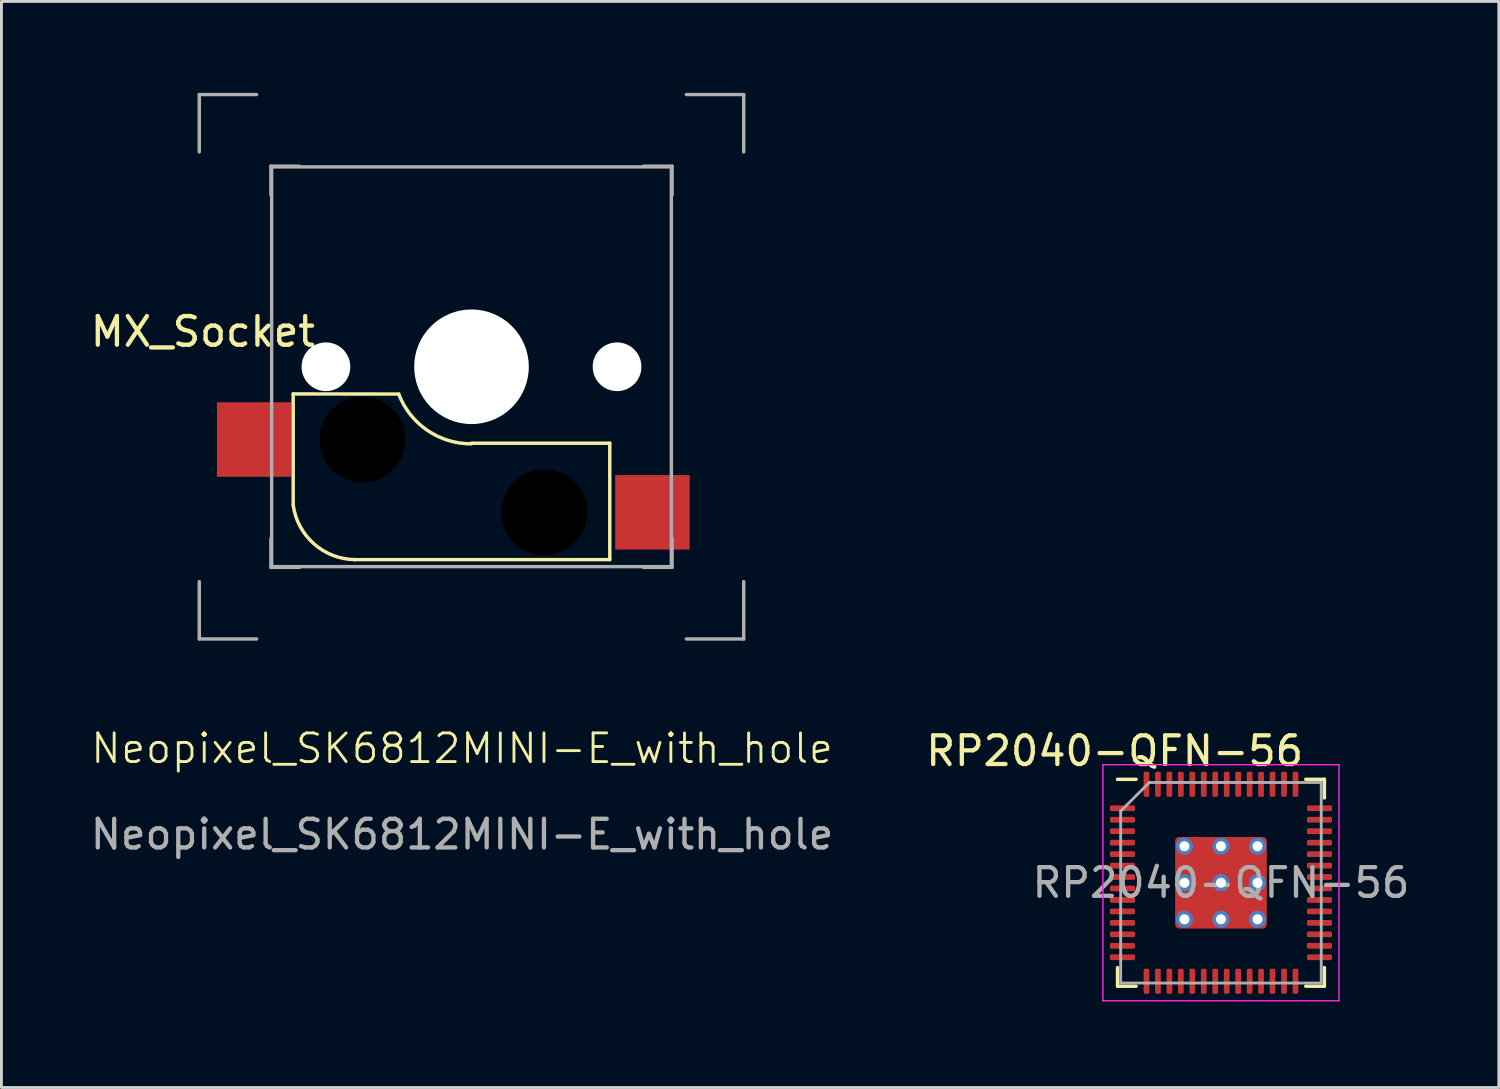
<source format=kicad_pcb>
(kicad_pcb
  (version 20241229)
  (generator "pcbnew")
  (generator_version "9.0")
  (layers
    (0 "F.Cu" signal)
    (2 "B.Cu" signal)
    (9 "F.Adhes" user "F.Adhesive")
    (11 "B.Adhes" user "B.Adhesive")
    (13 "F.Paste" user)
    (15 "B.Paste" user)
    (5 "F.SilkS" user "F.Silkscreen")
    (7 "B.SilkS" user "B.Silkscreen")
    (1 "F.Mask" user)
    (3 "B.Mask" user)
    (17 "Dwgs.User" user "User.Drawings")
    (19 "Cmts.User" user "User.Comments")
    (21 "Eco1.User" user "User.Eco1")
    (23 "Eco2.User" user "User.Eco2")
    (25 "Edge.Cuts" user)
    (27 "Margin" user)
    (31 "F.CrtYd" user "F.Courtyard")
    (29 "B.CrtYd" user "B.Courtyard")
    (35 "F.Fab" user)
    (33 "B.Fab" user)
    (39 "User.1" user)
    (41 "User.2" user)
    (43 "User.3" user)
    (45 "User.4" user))
  (footprint "Neopixel_SK6812MINI-E_with_hole"
    (layer "F.Cu")
    (at 13.077 23.57)
    (property "Reference" "Neopixel_SK6812MINI-E_with_hole" (at 0 -0.5 0) (unlocked yes) (layer "F.SilkS") (effects (font (size 1 1) (thickness 0.1))))
    (attr smd)
    (fp_text user "${REFERENCE}" (at 0 2.5 0) (unlocked yes) (layer "F.Fab") (effects (font (size 1 1) (thickness 0.15)))))
  (footprint "RP2040-QFN-56"
    (layer "F.Cu")
    (at 39.561 27.758)
    (property "Reference" "RP2040-QFN-56" (at -3.71 -4.6 0) (layer "F.SilkS") (effects (font (size 1 1) (thickness 0.15))))
    (attr smd)
    (fp_line (start -3.61 3.61) (end -3.61 2.96) (stroke (width 0.12) (type solid)) (layer "F.SilkS"))
    (fp_line (start -2.96 -3.61) (end -3.61 -3.61) (stroke (width 0.12) (type solid)) (layer "F.SilkS"))
    (fp_line (start -2.96 3.61) (end -3.61 3.61) (stroke (width 0.12) (type solid)) (layer "F.SilkS"))
    (fp_line (start 2.96 -3.61) (end 3.61 -3.61) (stroke (width 0.12) (type solid)) (layer "F.SilkS"))
    (fp_line (start 2.96 3.61) (end 3.61 3.61) (stroke (width 0.12) (type solid)) (layer "F.SilkS"))
    (fp_line (start 3.61 -3.61) (end 3.61 -2.96) (stroke (width 0.12) (type solid)) (layer "F.SilkS"))
    (fp_line (start 3.61 3.61) (end 3.61 2.96) (stroke (width 0.12) (type solid)) (layer "F.SilkS"))
    (fp_line (start -4.12 -4.12) (end -4.12 4.12) (stroke (width 0.05) (type solid)) (layer "F.CrtYd"))
    (fp_line (start -4.12 4.12) (end 4.12 4.12) (stroke (width 0.05) (type solid)) (layer "F.CrtYd"))
    (fp_line (start 4.12 -4.12) (end -4.12 -4.12) (stroke (width 0.05) (type solid)) (layer "F.CrtYd"))
    (fp_line (start 4.12 4.12) (end 4.12 -4.12) (stroke (width 0.05) (type solid)) (layer "F.CrtYd"))
    (fp_line (start -3.5 -2.5) (end -2.5 -3.5) (stroke (width 0.1) (type solid)) (layer "F.Fab"))
    (fp_line (start -3.5 3.5) (end -3.5 -2.5) (stroke (width 0.1) (type solid)) (layer "F.Fab"))
    (fp_line (start -2.5 -3.5) (end 3.5 -3.5) (stroke (width 0.1) (type solid)) (layer "F.Fab"))
    (fp_line (start 3.5 -3.5) (end 3.5 3.5) (stroke (width 0.1) (type solid)) (layer "F.Fab"))
    (fp_line (start 3.5 3.5) (end -3.5 3.5) (stroke (width 0.1) (type solid)) (layer "F.Fab"))
    (fp_text user "${REFERENCE}" (at 0 0 0) (layer "F.Fab") (effects (font (size 1 1) (thickness 0.15))))
    (pad "" smd roundrect (at -0.637 -0.637) (size 1.084 1.084) (layers "F.Paste") (roundrect_rratio 0.231))
    (pad "" smd roundrect (at -0.637 0.637) (size 1.084 1.084) (layers "F.Paste") (roundrect_rratio 0.231))
    (pad "" smd roundrect (at 0.637 -0.637) (size 1.084 1.084) (layers "F.Paste") (roundrect_rratio 0.231))
    (pad "" smd roundrect (at 0.637 0.637) (size 1.084 1.084) (layers "F.Paste") (roundrect_rratio 0.231))
    (pad "1" smd roundrect (at -3.438 -2.6) (size 0.875 0.2) (layers "F.Cu" "F.Mask" "F.Paste") (roundrect_rratio 0.25))
    (pad "2" smd roundrect (at -3.438 -2.2) (size 0.875 0.2) (layers "F.Cu" "F.Mask" "F.Paste") (roundrect_rratio 0.25))
    (pad "3" smd roundrect (at -3.438 -1.8) (size 0.875 0.2) (layers "F.Cu" "F.Mask" "F.Paste") (roundrect_rratio 0.25))
    (pad "4" smd roundrect (at -3.438 -1.4) (size 0.875 0.2) (layers "F.Cu" "F.Mask" "F.Paste") (roundrect_rratio 0.25))
    (pad "5" smd roundrect (at -3.438 -1) (size 0.875 0.2) (layers "F.Cu" "F.Mask" "F.Paste") (roundrect_rratio 0.25))
    (pad "6" smd roundrect (at -3.438 -0.6) (size 0.875 0.2) (layers "F.Cu" "F.Mask" "F.Paste") (roundrect_rratio 0.25))
    (pad "7" smd roundrect (at -3.438 -0.2) (size 0.875 0.2) (layers "F.Cu" "F.Mask" "F.Paste") (roundrect_rratio 0.25))
    (pad "8" smd roundrect (at -3.438 0.2) (size 0.875 0.2) (layers "F.Cu" "F.Mask" "F.Paste") (roundrect_rratio 0.25))
    (pad "9" smd roundrect (at -3.438 0.6) (size 0.875 0.2) (layers "F.Cu" "F.Mask" "F.Paste") (roundrect_rratio 0.25))
    (pad "10" smd roundrect (at -3.438 1) (size 0.875 0.2) (layers "F.Cu" "F.Mask" "F.Paste") (roundrect_rratio 0.25))
    (pad "11" smd roundrect (at -3.438 1.4) (size 0.875 0.2) (layers "F.Cu" "F.Mask" "F.Paste") (roundrect_rratio 0.25))
    (pad "12" smd roundrect (at -3.438 1.8) (size 0.875 0.2) (layers "F.Cu" "F.Mask" "F.Paste") (roundrect_rratio 0.25))
    (pad "13" smd roundrect (at -3.438 2.2) (size 0.875 0.2) (layers "F.Cu" "F.Mask" "F.Paste") (roundrect_rratio 0.25))
    (pad "14" smd roundrect (at -3.438 2.6) (size 0.875 0.2) (layers "F.Cu" "F.Mask" "F.Paste") (roundrect_rratio 0.25))
    (pad "15" smd roundrect (at -2.6 3.438) (size 0.2 0.875) (layers "F.Cu" "F.Mask" "F.Paste") (roundrect_rratio 0.25))
    (pad "16" smd roundrect (at -2.2 3.438) (size 0.2 0.875) (layers "F.Cu" "F.Mask" "F.Paste") (roundrect_rratio 0.25))
    (pad "17" smd roundrect (at -1.8 3.438) (size 0.2 0.875) (layers "F.Cu" "F.Mask" "F.Paste") (roundrect_rratio 0.25))
    (pad "18" smd roundrect (at -1.4 3.438) (size 0.2 0.875) (layers "F.Cu" "F.Mask" "F.Paste") (roundrect_rratio 0.25))
    (pad "19" smd roundrect (at -1 3.438) (size 0.2 0.875) (layers "F.Cu" "F.Mask" "F.Paste") (roundrect_rratio 0.25))
    (pad "20" smd roundrect (at -0.6 3.438) (size 0.2 0.875) (layers "F.Cu" "F.Mask" "F.Paste") (roundrect_rratio 0.25))
    (pad "21" smd roundrect (at -0.2 3.438) (size 0.2 0.875) (layers "F.Cu" "F.Mask" "F.Paste") (roundrect_rratio 0.25))
    (pad "22" smd roundrect (at 0.2 3.438) (size 0.2 0.875) (layers "F.Cu" "F.Mask" "F.Paste") (roundrect_rratio 0.25))
    (pad "23" smd roundrect (at 0.6 3.438) (size 0.2 0.875) (layers "F.Cu" "F.Mask" "F.Paste") (roundrect_rratio 0.25))
    (pad "24" smd roundrect (at 1 3.438) (size 0.2 0.875) (layers "F.Cu" "F.Mask" "F.Paste") (roundrect_rratio 0.25))
    (pad "25" smd roundrect (at 1.4 3.438) (size 0.2 0.875) (layers "F.Cu" "F.Mask" "F.Paste") (roundrect_rratio 0.25))
    (pad "26" smd roundrect (at 1.8 3.438) (size 0.2 0.875) (layers "F.Cu" "F.Mask" "F.Paste") (roundrect_rratio 0.25))
    (pad "27" smd roundrect (at 2.2 3.438) (size 0.2 0.875) (layers "F.Cu" "F.Mask" "F.Paste") (roundrect_rratio 0.25))
    (pad "28" smd roundrect (at 2.6 3.438) (size 0.2 0.875) (layers "F.Cu" "F.Mask" "F.Paste") (roundrect_rratio 0.25))
    (pad "29" smd roundrect (at 3.438 2.6) (size 0.875 0.2) (layers "F.Cu" "F.Mask" "F.Paste") (roundrect_rratio 0.25))
    (pad "30" smd roundrect (at 3.438 2.2) (size 0.875 0.2) (layers "F.Cu" "F.Mask" "F.Paste") (roundrect_rratio 0.25))
    (pad "31" smd roundrect (at 3.438 1.8) (size 0.875 0.2) (layers "F.Cu" "F.Mask" "F.Paste") (roundrect_rratio 0.25))
    (pad "32" smd roundrect (at 3.438 1.4) (size 0.875 0.2) (layers "F.Cu" "F.Mask" "F.Paste") (roundrect_rratio 0.25))
    (pad "33" smd roundrect (at 3.438 1) (size 0.875 0.2) (layers "F.Cu" "F.Mask" "F.Paste") (roundrect_rratio 0.25))
    (pad "34" smd roundrect (at 3.438 0.6) (size 0.875 0.2) (layers "F.Cu" "F.Mask" "F.Paste") (roundrect_rratio 0.25))
    (pad "35" smd roundrect (at 3.438 0.2) (size 0.875 0.2) (layers "F.Cu" "F.Mask" "F.Paste") (roundrect_rratio 0.25))
    (pad "36" smd roundrect (at 3.438 -0.2) (size 0.875 0.2) (layers "F.Cu" "F.Mask" "F.Paste") (roundrect_rratio 0.25))
    (pad "37" smd roundrect (at 3.438 -0.6) (size 0.875 0.2) (layers "F.Cu" "F.Mask" "F.Paste") (roundrect_rratio 0.25))
    (pad "38" smd roundrect (at 3.438 -1) (size 0.875 0.2) (layers "F.Cu" "F.Mask" "F.Paste") (roundrect_rratio 0.25))
    (pad "39" smd roundrect (at 3.438 -1.4) (size 0.875 0.2) (layers "F.Cu" "F.Mask" "F.Paste") (roundrect_rratio 0.25))
    (pad "40" smd roundrect (at 3.438 -1.8) (size 0.875 0.2) (layers "F.Cu" "F.Mask" "F.Paste") (roundrect_rratio 0.25))
    (pad "41" smd roundrect (at 3.438 -2.2) (size 0.875 0.2) (layers "F.Cu" "F.Mask" "F.Paste") (roundrect_rratio 0.25))
    (pad "42" smd roundrect (at 3.438 -2.6) (size 0.875 0.2) (layers "F.Cu" "F.Mask" "F.Paste") (roundrect_rratio 0.25))
    (pad "43" smd roundrect (at 2.6 -3.438) (size 0.2 0.875) (layers "F.Cu" "F.Mask" "F.Paste") (roundrect_rratio 0.25))
    (pad "44" smd roundrect (at 2.2 -3.438) (size 0.2 0.875) (layers "F.Cu" "F.Mask" "F.Paste") (roundrect_rratio 0.25))
    (pad "45" smd roundrect (at 1.8 -3.438) (size 0.2 0.875) (layers "F.Cu" "F.Mask" "F.Paste") (roundrect_rratio 0.25))
    (pad "46" smd roundrect (at 1.4 -3.438) (size 0.2 0.875) (layers "F.Cu" "F.Mask" "F.Paste") (roundrect_rratio 0.25))
    (pad "47" smd roundrect (at 1 -3.438) (size 0.2 0.875) (layers "F.Cu" "F.Mask" "F.Paste") (roundrect_rratio 0.25))
    (pad "48" smd roundrect (at 0.6 -3.438) (size 0.2 0.875) (layers "F.Cu" "F.Mask" "F.Paste") (roundrect_rratio 0.25))
    (pad "49" smd roundrect (at 0.2 -3.438) (size 0.2 0.875) (layers "F.Cu" "F.Mask" "F.Paste") (roundrect_rratio 0.25))
    (pad "50" smd roundrect (at -0.2 -3.438) (size 0.2 0.875) (layers "F.Cu" "F.Mask" "F.Paste") (roundrect_rratio 0.25))
    (pad "51" smd roundrect (at -0.6 -3.438) (size 0.2 0.875) (layers "F.Cu" "F.Mask" "F.Paste") (roundrect_rratio 0.25))
    (pad "52" smd roundrect (at -1 -3.438) (size 0.2 0.875) (layers "F.Cu" "F.Mask" "F.Paste") (roundrect_rratio 0.25))
    (pad "53" smd roundrect (at -1.4 -3.438) (size 0.2 0.875) (layers "F.Cu" "F.Mask" "F.Paste") (roundrect_rratio 0.25))
    (pad "54" smd roundrect (at -1.8 -3.438) (size 0.2 0.875) (layers "F.Cu" "F.Mask" "F.Paste") (roundrect_rratio 0.25))
    (pad "55" smd roundrect (at -2.2 -3.438) (size 0.2 0.875) (layers "F.Cu" "F.Mask" "F.Paste") (roundrect_rratio 0.25))
    (pad "56" smd roundrect (at -2.6 -3.438) (size 0.2 0.875) (layers "F.Cu" "F.Mask" "F.Paste") (roundrect_rratio 0.25))
    (pad "57" thru_hole circle (at -1.275 -1.275) (size 0.6 0.6) (drill 0.35) (layers "*.Cu"))
    (pad "57" thru_hole circle (at -1.275 0) (size 0.6 0.6) (drill 0.35) (layers "*.Cu"))
    (pad "57" thru_hole circle (at -1.275 1.275) (size 0.6 0.6) (drill 0.35) (layers "*.Cu"))
    (pad "57" thru_hole circle (at 0 -1.275) (size 0.6 0.6) (drill 0.35) (layers "*.Cu"))
    (pad "57" thru_hole circle (at 0 0) (size 0.6 0.6) (drill 0.35) (layers "*.Cu"))
    (pad "57" smd roundrect (at 0 0) (size 3.2 3.2) (layers "F.Cu" "F.Mask") (roundrect_rratio 0.045))
    (pad "57" thru_hole circle (at 0 1.275) (size 0.6 0.6) (drill 0.35) (layers "*.Cu"))
    (pad "57" thru_hole circle (at 1.275 -1.275) (size 0.6 0.6) (drill 0.35) (layers "*.Cu"))
    (pad "57" thru_hole circle (at 1.275 0) (size 0.6 0.6) (drill 0.35) (layers "*.Cu"))
    (pad "57" thru_hole circle (at 1.275 1.275) (size 0.6 0.6) (drill 0.35) (layers "*.Cu")))
  (footprint "MX_Socket"
    (layer "F.Cu")
    (at 3.905 0.25)
    (property "Reference" "MX_Socket" (at 0.125 8.275 0) (layer "F.SilkS") (effects (font (size 1 1) (thickness 0.15))))
    (attr through_hole)
    (fp_line (start 3.277 10.448) (end 3.277 14.326) (stroke (width 0.12) (type solid)) (layer "F.SilkS"))
    (fp_line (start 3.277 10.448) (end 6.96 10.452) (stroke (width 0.12) (type solid)) (layer "F.SilkS"))
    (fp_line (start 9.5 12.167) (end 14.326 12.167) (stroke (width 0.12) (type solid)) (layer "F.SilkS"))
    (fp_line (start 14.326 12.167) (end 14.326 16.231) (stroke (width 0.12) (type solid)) (layer "F.SilkS"))
    (fp_line (start 14.326 16.231) (end 5.436 16.231) (stroke (width 0.12) (type solid)) (layer "F.SilkS"))
    (fp_arc (start 5.436 16.231) (mid 4.002295 15.679932) (end 3.277 14.326) (stroke (width 0.12) (type solid)) (layer "F.SilkS"))
    (fp_arc (start 9.500154 12.188758) (mid 7.958194 11.717954) (end 6.96 10.451896) (stroke (width 0.12) (type solid)) (layer "F.SilkS"))
    (fp_line (start 0 0) (end 0 2) (stroke (width 0.12) (type solid)) (layer "F.Fab"))
    (fp_line (start 0 0) (end 2 0) (stroke (width 0.12) (type solid)) (layer "F.Fab"))
    (fp_line (start 0 19) (end 0 17) (stroke (width 0.12) (type solid)) (layer "F.Fab"))
    (fp_line (start 2 19) (end 0 19) (stroke (width 0.12) (type solid)) (layer "F.Fab"))
    (fp_line (start 2.5 2.5) (end 3.5 2.5) (stroke (width 0.12) (type solid)) (layer "F.Fab"))
    (fp_line (start 2.5 3.5) (end 2.5 2.5) (stroke (width 0.12) (type solid)) (layer "F.Fab"))
    (fp_line (start 2.5 15.5) (end 2.5 16.5) (stroke (width 0.12) (type solid)) (layer "F.Fab"))
    (fp_line (start 2.5 16.5) (end 3.5 16.5) (stroke (width 0.12) (type solid)) (layer "F.Fab"))
    (fp_line (start 2.525 2.525) (end 2.525 16.475) (stroke (width 0.12) (type solid)) (layer "F.Fab"))
    (fp_line (start 2.525 16.475) (end 16.475 16.475) (stroke (width 0.12) (type solid)) (layer "F.Fab"))
    (fp_line (start 15.5 2.5) (end 16.5 2.5) (stroke (width 0.12) (type solid)) (layer "F.Fab"))
    (fp_line (start 16.475 2.525) (end 2.525 2.525) (stroke (width 0.12) (type solid)) (layer "F.Fab"))
    (fp_line (start 16.475 16.475) (end 16.475 2.525) (stroke (width 0.12) (type solid)) (layer "F.Fab"))
    (fp_line (start 16.5 2.5) (end 16.5 3.5) (stroke (width 0.12) (type solid)) (layer "F.Fab"))
    (fp_line (start 16.5 16.5) (end 15.5 16.5) (stroke (width 0.12) (type solid)) (layer "F.Fab"))
    (fp_line (start 16.5 16.5) (end 16.5 15.5) (stroke (width 0.12) (type solid)) (layer "F.Fab"))
    (fp_line (start 17 0) (end 19 0) (stroke (width 0.12) (type solid)) (layer "F.Fab"))
    (fp_line (start 19 0) (end 19 2) (stroke (width 0.12) (type solid)) (layer "F.Fab"))
    (fp_line (start 19 17) (end 19 19) (stroke (width 0.12) (type solid)) (layer "F.Fab"))
    (fp_line (start 19 19) (end 17 19) (stroke (width 0.12) (type solid)) (layer "F.Fab"))
    (pad "" np_thru_hole circle (at 4.42 9.5 90) (size 1.7 1.7) (drill 1.7) (layers "*.Cu" "*.Mask"))
    (pad "" np_thru_hole circle (at 5.69 12.04) (size 3 3) (drill 3) (layers "*.Mask"))
    (pad "" np_thru_hole circle (at 9.5 9.5 90) (size 4 4) (drill 4) (layers "*.Cu" "*.Mask"))
    (pad "" np_thru_hole circle (at 12.04 14.58) (size 3 3) (drill 3) (layers "*.Mask"))
    (pad "" np_thru_hole circle (at 14.58 9.5 90) (size 1.7 1.7) (drill 1.7) (layers "*.Cu" "*.Mask"))
    (pad "1" smd rect (at 15.815 14.58) (size 2.6 2.6) (layers "F.Cu" "F.Mask" "F.Paste"))
    (pad "2" smd rect (at 1.915 12.04) (size 2.6 2.6) (layers "F.Cu" "F.Mask" "F.Paste")))
  (gr_rect
    (start -3 -3)
    (end 49.258 34.903)
    (stroke (width 0.1) (type default))
    (fill no)
    (layer "Edge.Cuts")))
</source>
